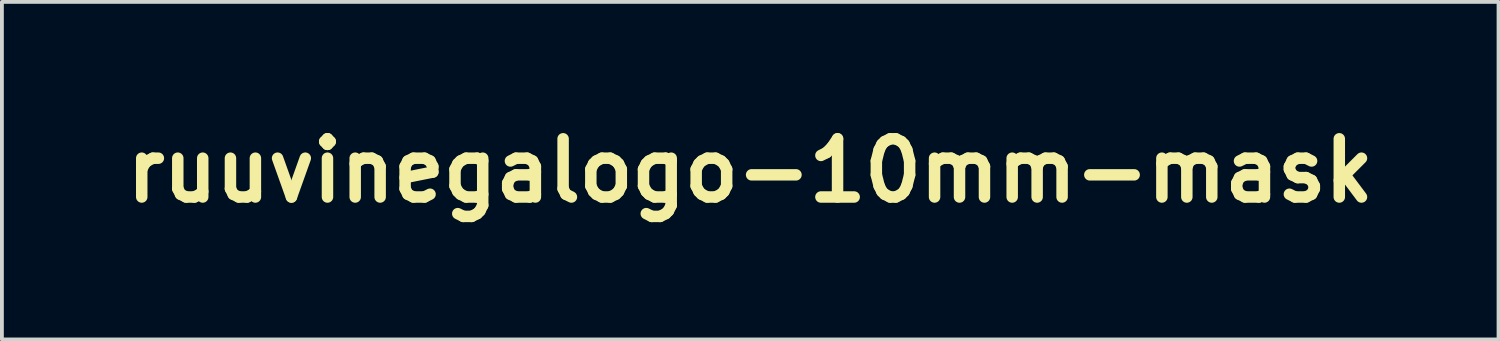
<source format=kicad_pcb>
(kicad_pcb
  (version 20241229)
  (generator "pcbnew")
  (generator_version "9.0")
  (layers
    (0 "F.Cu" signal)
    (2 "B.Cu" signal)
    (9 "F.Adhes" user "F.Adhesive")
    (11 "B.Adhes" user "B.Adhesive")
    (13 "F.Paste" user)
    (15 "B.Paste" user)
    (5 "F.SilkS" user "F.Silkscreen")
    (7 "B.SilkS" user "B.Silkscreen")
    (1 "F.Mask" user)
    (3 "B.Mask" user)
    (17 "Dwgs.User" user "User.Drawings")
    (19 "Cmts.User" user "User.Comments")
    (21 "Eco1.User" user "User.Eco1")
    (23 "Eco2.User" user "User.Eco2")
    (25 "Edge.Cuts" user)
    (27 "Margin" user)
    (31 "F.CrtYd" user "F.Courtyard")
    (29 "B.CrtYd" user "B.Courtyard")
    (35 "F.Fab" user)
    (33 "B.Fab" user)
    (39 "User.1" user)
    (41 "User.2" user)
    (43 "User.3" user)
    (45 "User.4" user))
  (footprint "ruuvinegalogo-10mm-mask"
    (layer "F.Cu")
    (at 16.59 1.418)
    (property "Reference" "ruuvinegalogo-10mm-mask" (at 0 0 0) (layer "F.SilkS") (effects (font (size 1.524 1.524) (thickness 0.3))))
    (attr through_hole)
    (fp_poly (pts (xy 2.32 -1.025) (xy 2.373 -1.017) (xy 2.424 -1) (xy 2.472 -0.975) (xy 2.514 -0.942) (xy 2.533 -0.923) (xy 2.56 -0.886) (xy 2.582 -0.843) (xy 2.599 -0.796) (xy 2.609 -0.75) (xy 2.611 -0.716) (xy 2.606 -0.664) (xy 2.592 -0.614) (xy 2.569 -0.567) (xy 2.539 -0.524) (xy 2.503 -0.486) (xy 2.461 -0.455) (xy 2.414 -0.431) (xy 2.379 -0.42) (xy 2.351 -0.415) (xy 2.318 -0.412) (xy 2.283 -0.412) (xy 2.25 -0.415) (xy 2.225 -0.42) (xy 2.173 -0.439) (xy 2.125 -0.466) (xy 2.084 -0.502) (xy 2.049 -0.544) (xy 2.022 -0.592) (xy 2.007 -0.631) (xy 1.998 -0.67) (xy 1.995 -0.712) (xy 1.995 -0.724) (xy 2.001 -0.778) (xy 2.015 -0.83) (xy 2.039 -0.878) (xy 2.07 -0.921) (xy 2.11 -0.958) (xy 2.156 -0.988) (xy 2.175 -0.998) (xy 2.219 -1.015) (xy 2.263 -1.024) (xy 2.31 -1.025) (xy 2.32 -1.025)) (stroke (width 0.01) (type solid)) (fill yes) (layer "F.Mask"))
    (fp_poly (pts (xy 2.335 -0.202) (xy 2.381 -0.195) (xy 2.428 -0.182) (xy 2.466 -0.163) (xy 2.496 -0.138) (xy 2.52 -0.105) (xy 2.537 -0.065) (xy 2.543 -0.045) (xy 2.545 -0.036) (xy 2.546 -0.025) (xy 2.548 -0.011) (xy 2.549 0.007) (xy 2.55 0.03) (xy 2.551 0.059) (xy 2.551 0.095) (xy 2.552 0.137) (xy 2.553 0.188) (xy 2.553 0.248) (xy 2.553 0.272) (xy 2.554 0.331) (xy 2.554 0.391) (xy 2.554 0.452) (xy 2.554 0.511) (xy 2.554 0.567) (xy 2.553 0.618) (xy 2.552 0.662) (xy 2.551 0.698) (xy 2.551 0.704) (xy 2.55 0.747) (xy 2.549 0.782) (xy 2.547 0.809) (xy 2.546 0.83) (xy 2.544 0.846) (xy 2.542 0.858) (xy 2.54 0.868) (xy 2.536 0.877) (xy 2.536 0.879) (xy 2.514 0.922) (xy 2.484 0.959) (xy 2.448 0.988) (xy 2.406 1.009) (xy 2.404 1.01) (xy 2.375 1.017) (xy 2.341 1.023) (xy 2.304 1.025) (xy 2.269 1.024) (xy 2.239 1.02) (xy 2.231 1.018) (xy 2.189 1.003) (xy 2.151 0.981) (xy 2.12 0.954) (xy 2.096 0.924) (xy 2.09 0.913) (xy 2.085 0.904) (xy 2.081 0.895) (xy 2.077 0.886) (xy 2.074 0.876) (xy 2.071 0.864) (xy 2.069 0.851) (xy 2.067 0.834) (xy 2.066 0.814) (xy 2.065 0.789) (xy 2.064 0.759) (xy 2.063 0.724) (xy 2.063 0.682) (xy 2.063 0.632) (xy 2.063 0.575) (xy 2.063 0.508) (xy 2.063 0.435) (xy 2.063 0.371) (xy 2.063 0.309) (xy 2.063 0.25) (xy 2.063 0.196) (xy 2.064 0.146) (xy 2.064 0.101) (xy 2.065 0.063) (xy 2.066 0.033) (xy 2.067 0.01) (xy 2.067 -0.003) (xy 2.067 -0.004) (xy 2.077 -0.05) (xy 2.096 -0.092) (xy 2.121 -0.127) (xy 2.153 -0.156) (xy 2.192 -0.179) (xy 2.235 -0.194) (xy 2.283 -0.202) (xy 2.335 -0.202)) (stroke (width 0.01) (type solid)) (fill yes) (layer "F.Mask"))
    (fp_poly (pts (xy -4.198 -1.013) (xy -4.185 -1.01) (xy -4.143 -0.997) (xy -4.104 -0.975) (xy -4.069 -0.946) (xy -4.04 -0.912) (xy -4.023 -0.883) (xy -4.007 -0.838) (xy -3.999 -0.792) (xy -3.999 -0.745) (xy -4.006 -0.699) (xy -4.021 -0.657) (xy -4.043 -0.619) (xy -4.062 -0.596) (xy -4.086 -0.576) (xy -4.114 -0.56) (xy -4.148 -0.546) (xy -4.189 -0.534) (xy -4.239 -0.525) (xy -4.265 -0.521) (xy -4.331 -0.507) (xy -4.391 -0.487) (xy -4.445 -0.459) (xy -4.492 -0.425) (xy -4.532 -0.384) (xy -4.539 -0.375) (xy -4.557 -0.349) (xy -4.571 -0.326) (xy -4.583 -0.302) (xy -4.593 -0.274) (xy -4.605 -0.241) (xy -4.608 0.297) (xy -4.608 0.384) (xy -4.609 0.461) (xy -4.609 0.529) (xy -4.61 0.589) (xy -4.61 0.641) (xy -4.611 0.685) (xy -4.611 0.723) (xy -4.612 0.755) (xy -4.612 0.781) (xy -4.613 0.803) (xy -4.614 0.82) (xy -4.615 0.833) (xy -4.616 0.843) (xy -4.617 0.851) (xy -4.618 0.856) (xy -4.619 0.859) (xy -4.64 0.907) (xy -4.667 0.947) (xy -4.7 0.979) (xy -4.74 1.002) (xy -4.784 1.018) (xy -4.789 1.019) (xy -4.822 1.024) (xy -4.858 1.025) (xy -4.894 1.024) (xy -4.924 1.02) (xy -4.931 1.018) (xy -4.973 1.003) (xy -5.011 0.981) (xy -5.032 0.964) (xy -5.051 0.943) (xy -5.068 0.915) (xy -5.083 0.884) (xy -5.093 0.854) (xy -5.095 0.847) (xy -5.096 0.838) (xy -5.097 0.822) (xy -5.098 0.799) (xy -5.098 0.767) (xy -5.099 0.728) (xy -5.099 0.68) (xy -5.099 0.624) (xy -5.099 0.558) (xy -5.1 0.483) (xy -5.099 0.399) (xy -5.099 0.305) (xy -5.099 0.269) (xy -5.098 -0.282) (xy -5.086 -0.337) (xy -5.071 -0.4) (xy -5.052 -0.459) (xy -5.028 -0.516) (xy -5.012 -0.551) (xy -4.969 -0.627) (xy -4.917 -0.698) (xy -4.858 -0.763) (xy -4.793 -0.823) (xy -4.722 -0.876) (xy -4.646 -0.921) (xy -4.567 -0.957) (xy -4.526 -0.972) (xy -4.479 -0.985) (xy -4.429 -0.997) (xy -4.378 -1.006) (xy -4.327 -1.012) (xy -4.279 -1.015) (xy -4.235 -1.016) (xy -4.198 -1.013)) (stroke (width 0.01) (type solid)) (fill yes) (layer "F.Mask"))
    (fp_poly (pts (xy -2.221 -1.006) (xy -2.174 -0.993) (xy -2.131 -0.971) (xy -2.095 -0.941) (xy -2.064 -0.903) (xy -2.052 -0.884) (xy -2.035 -0.851) (xy -2.035 0.302) (xy -2.046 0.355) (xy -2.069 0.439) (xy -2.099 0.52) (xy -2.136 0.597) (xy -2.179 0.667) (xy -2.188 0.681) (xy -2.215 0.716) (xy -2.249 0.754) (xy -2.286 0.792) (xy -2.325 0.828) (xy -2.362 0.86) (xy -2.383 0.875) (xy -2.415 0.896) (xy -2.453 0.919) (xy -2.495 0.941) (xy -2.536 0.961) (xy -2.576 0.978) (xy -2.603 0.988) (xy -2.665 1.005) (xy -2.733 1.018) (xy -2.805 1.026) (xy -2.877 1.03) (xy -2.946 1.029) (xy -2.969 1.028) (xy -3.063 1.015) (xy -3.153 0.993) (xy -3.238 0.962) (xy -3.318 0.922) (xy -3.394 0.873) (xy -3.465 0.815) (xy -3.499 0.782) (xy -3.562 0.711) (xy -3.615 0.637) (xy -3.659 0.558) (xy -3.694 0.476) (xy -3.72 0.389) (xy -3.737 0.298) (xy -3.739 0.278) (xy -3.74 0.265) (xy -3.74 0.244) (xy -3.741 0.214) (xy -3.742 0.177) (xy -3.742 0.133) (xy -3.743 0.083) (xy -3.743 0.029) (xy -3.743 -0.029) (xy -3.744 -0.09) (xy -3.744 -0.154) (xy -3.744 -0.219) (xy -3.744 -0.285) (xy -3.744 -0.351) (xy -3.744 -0.415) (xy -3.743 -0.478) (xy -3.743 -0.539) (xy -3.743 -0.596) (xy -3.742 -0.648) (xy -3.742 -0.696) (xy -3.741 -0.737) (xy -3.741 -0.772) (xy -3.74 -0.799) (xy -3.739 -0.818) (xy -3.739 -0.827) (xy -3.739 -0.827) (xy -3.726 -0.864) (xy -3.706 -0.901) (xy -3.68 -0.934) (xy -3.651 -0.961) (xy -3.628 -0.977) (xy -3.59 -0.993) (xy -3.545 -1.003) (xy -3.498 -1.006) (xy -3.451 -1.003) (xy -3.44 -1.001) (xy -3.398 -0.988) (xy -3.359 -0.966) (xy -3.324 -0.937) (xy -3.294 -0.903) (xy -3.272 -0.863) (xy -3.261 -0.833) (xy -3.26 -0.826) (xy -3.259 -0.814) (xy -3.258 -0.797) (xy -3.257 -0.773) (xy -3.256 -0.742) (xy -3.256 -0.705) (xy -3.255 -0.659) (xy -3.254 -0.607) (xy -3.254 -0.545) (xy -3.253 -0.475) (xy -3.252 -0.396) (xy -3.252 -0.307) (xy -3.251 -0.269) (xy -3.248 0.272) (xy -3.236 0.307) (xy -3.218 0.354) (xy -3.193 0.395) (xy -3.166 0.428) (xy -3.122 0.468) (xy -3.073 0.499) (xy -3.019 0.523) (xy -2.962 0.537) (xy -2.902 0.542) (xy -2.878 0.542) (xy -2.814 0.533) (xy -2.755 0.516) (xy -2.701 0.49) (xy -2.653 0.456) (xy -2.611 0.414) (xy -2.576 0.366) (xy -2.549 0.31) (xy -2.534 0.269) (xy -2.532 0.263) (xy -2.531 0.257) (xy -2.529 0.25) (xy -2.528 0.243) (xy -2.527 0.233) (xy -2.526 0.221) (xy -2.525 0.207) (xy -2.525 0.188) (xy -2.524 0.166) (xy -2.523 0.138) (xy -2.523 0.106) (xy -2.522 0.067) (xy -2.522 0.021) (xy -2.522 -0.031) (xy -2.521 -0.092) (xy -2.521 -0.161) (xy -2.52 -0.239) (xy -2.52 -0.303) (xy -2.517 -0.836) (xy -2.498 -0.876) (xy -2.471 -0.919) (xy -2.439 -0.954) (xy -2.4 -0.981) (xy -2.356 -0.999) (xy -2.307 -1.009) (xy -2.273 -1.011) (xy -2.221 -1.006)) (stroke (width 0.01) (type solid)) (fill yes) (layer "F.Mask"))
    (fp_poly (pts (xy 0.435 -1.016) (xy 0.469 -1.009) (xy 0.499 -0.999) (xy 0.513 -0.992) (xy 0.546 -0.967) (xy 0.576 -0.934) (xy 0.601 -0.895) (xy 0.605 -0.886) (xy 0.61 -0.874) (xy 0.619 -0.854) (xy 0.63 -0.826) (xy 0.645 -0.791) (xy 0.661 -0.751) (xy 0.679 -0.705) (xy 0.699 -0.656) (xy 0.72 -0.604) (xy 0.741 -0.549) (xy 0.748 -0.53) (xy 0.787 -0.433) (xy 0.822 -0.345) (xy 0.853 -0.265) (xy 0.881 -0.195) (xy 0.905 -0.134) (xy 0.927 -0.081) (xy 0.944 -0.036) (xy 0.959 0.001) (xy 0.971 0.029) (xy 0.98 0.05) (xy 0.985 0.063) (xy 0.988 0.069) (xy 0.989 0.07) (xy 0.991 0.065) (xy 0.996 0.051) (xy 1.005 0.03) (xy 1.016 0.001) (xy 1.03 -0.033) (xy 1.046 -0.074) (xy 1.064 -0.119) (xy 1.083 -0.168) (xy 1.104 -0.221) (xy 1.114 -0.247) (xy 1.154 -0.348) (xy 1.19 -0.44) (xy 1.223 -0.522) (xy 1.253 -0.596) (xy 1.279 -0.662) (xy 1.302 -0.719) (xy 1.321 -0.768) (xy 1.338 -0.809) (xy 1.351 -0.842) (xy 1.362 -0.868) (xy 1.37 -0.886) (xy 1.375 -0.897) (xy 1.398 -0.936) (xy 1.428 -0.967) (xy 1.465 -0.992) (xy 1.506 -1.009) (xy 1.55 -1.018) (xy 1.597 -1.019) (xy 1.646 -1.012) (xy 1.669 -1.005) (xy 1.71 -0.987) (xy 1.747 -0.961) (xy 1.779 -0.931) (xy 1.804 -0.895) (xy 1.823 -0.857) (xy 1.834 -0.818) (xy 1.836 -0.778) (xy 1.834 -0.758) (xy 1.833 -0.752) (xy 1.832 -0.747) (xy 1.831 -0.741) (xy 1.829 -0.735) (xy 1.827 -0.727) (xy 1.823 -0.717) (xy 1.819 -0.704) (xy 1.813 -0.688) (xy 1.805 -0.668) (xy 1.796 -0.644) (xy 1.784 -0.614) (xy 1.771 -0.578) (xy 1.754 -0.535) (xy 1.735 -0.486) (xy 1.712 -0.428) (xy 1.687 -0.363) (xy 1.67 -0.32) (xy 1.618 -0.186) (xy 1.568 -0.059) (xy 1.521 0.061) (xy 1.477 0.173) (xy 1.435 0.279) (xy 1.397 0.377) (xy 1.361 0.467) (xy 1.328 0.55) (xy 1.299 0.624) (xy 1.272 0.69) (xy 1.249 0.748) (xy 1.229 0.797) (xy 1.212 0.837) (xy 1.199 0.869) (xy 1.189 0.891) (xy 1.183 0.904) (xy 1.183 0.905) (xy 1.164 0.933) (xy 1.139 0.961) (xy 1.111 0.985) (xy 1.082 1.003) (xy 1.078 1.005) (xy 1.062 1.011) (xy 1.046 1.016) (xy 1.028 1.018) (xy 1.003 1.02) (xy 0.998 1.02) (xy 0.972 1.02) (xy 0.953 1.019) (xy 0.937 1.016) (xy 0.921 1.011) (xy 0.917 1.009) (xy 0.877 0.99) (xy 0.841 0.964) (xy 0.81 0.933) (xy 0.787 0.899) (xy 0.786 0.897) (xy 0.782 0.888) (xy 0.775 0.871) (xy 0.764 0.845) (xy 0.751 0.811) (xy 0.734 0.77) (xy 0.716 0.723) (xy 0.695 0.671) (xy 0.671 0.613) (xy 0.647 0.55) (xy 0.62 0.484) (xy 0.593 0.414) (xy 0.564 0.342) (xy 0.535 0.268) (xy 0.505 0.192) (xy 0.475 0.115) (xy 0.444 0.038) (xy 0.414 -0.038) (xy 0.384 -0.114) (xy 0.355 -0.188) (xy 0.327 -0.259) (xy 0.3 -0.328) (xy 0.275 -0.393) (xy 0.251 -0.455) (xy 0.229 -0.511) (xy 0.209 -0.562) (xy 0.192 -0.608) (xy 0.177 -0.646) (xy 0.165 -0.678) (xy 0.156 -0.702) (xy 0.15 -0.717) (xy 0.15 -0.719) (xy 0.139 -0.76) (xy 0.138 -0.799) (xy 0.146 -0.839) (xy 0.147 -0.844) (xy 0.166 -0.888) (xy 0.193 -0.927) (xy 0.227 -0.961) (xy 0.267 -0.988) (xy 0.312 -1.007) (xy 0.36 -1.018) (xy 0.37 -1.019) (xy 0.401 -1.02) (xy 0.435 -1.016)) (stroke (width 0.01) (type solid)) (fill yes) (layer "F.Mask"))
    (fp_poly (pts (xy -0.273 -1.011) (xy -0.227 -1) (xy -0.185 -0.981) (xy -0.147 -0.954) (xy -0.115 -0.92) (xy -0.094 -0.886) (xy -0.079 -0.856) (xy -0.079 0.307) (xy -0.093 0.366) (xy -0.121 0.458) (xy -0.155 0.543) (xy -0.196 0.621) (xy -0.245 0.694) (xy -0.302 0.761) (xy -0.367 0.823) (xy -0.402 0.852) (xy -0.474 0.902) (xy -0.551 0.944) (xy -0.634 0.978) (xy -0.722 1.004) (xy -0.77 1.014) (xy -0.788 1.016) (xy -0.814 1.019) (xy -0.846 1.021) (xy -0.88 1.022) (xy -0.915 1.024) (xy -0.949 1.025) (xy -0.98 1.025) (xy -1.005 1.024) (xy -1.022 1.023) (xy -1.024 1.023) (xy -1.06 1.018) (xy -1.089 1.014) (xy -1.114 1.009) (xy -1.136 1.005) (xy -1.159 0.999) (xy -1.166 0.997) (xy -1.25 0.971) (xy -1.33 0.935) (xy -1.406 0.891) (xy -1.476 0.839) (xy -1.541 0.781) (xy -1.6 0.716) (xy -1.652 0.645) (xy -1.696 0.569) (xy -1.732 0.49) (xy -1.759 0.406) (xy -1.768 0.369) (xy -1.771 0.354) (xy -1.774 0.338) (xy -1.777 0.322) (xy -1.779 0.304) (xy -1.781 0.285) (xy -1.782 0.263) (xy -1.784 0.238) (xy -1.785 0.209) (xy -1.786 0.176) (xy -1.786 0.138) (xy -1.787 0.093) (xy -1.787 0.043) (xy -1.788 -0.014) (xy -1.788 -0.079) (xy -1.788 -0.153) (xy -1.787 -0.235) (xy -1.787 -0.315) (xy -1.786 -0.836) (xy -1.764 -0.88) (xy -1.738 -0.922) (xy -1.706 -0.957) (xy -1.668 -0.983) (xy -1.625 -1.001) (xy -1.578 -1.01) (xy -1.527 -1.01) (xy -1.483 -1.004) (xy -1.436 -0.989) (xy -1.395 -0.966) (xy -1.36 -0.935) (xy -1.332 -0.897) (xy -1.312 -0.853) (xy -1.31 -0.847) (xy -1.308 -0.842) (xy -1.307 -0.836) (xy -1.305 -0.829) (xy -1.304 -0.821) (xy -1.303 -0.81) (xy -1.302 -0.797) (xy -1.302 -0.78) (xy -1.301 -0.759) (xy -1.3 -0.733) (xy -1.3 -0.703) (xy -1.299 -0.666) (xy -1.299 -0.623) (xy -1.298 -0.573) (xy -1.298 -0.515) (xy -1.297 -0.449) (xy -1.297 -0.375) (xy -1.296 -0.29) (xy -1.296 -0.272) (xy -1.295 -0.186) (xy -1.295 -0.109) (xy -1.294 -0.042) (xy -1.294 0.018) (xy -1.293 0.069) (xy -1.293 0.113) (xy -1.292 0.151) (xy -1.292 0.183) (xy -1.291 0.209) (xy -1.29 0.231) (xy -1.29 0.249) (xy -1.289 0.263) (xy -1.288 0.274) (xy -1.287 0.283) (xy -1.286 0.29) (xy -1.284 0.295) (xy -1.283 0.301) (xy -1.281 0.305) (xy -1.259 0.356) (xy -1.228 0.403) (xy -1.189 0.445) (xy -1.144 0.48) (xy -1.092 0.508) (xy -1.059 0.521) (xy -1.042 0.527) (xy -1.026 0.531) (xy -1.011 0.534) (xy -0.992 0.535) (xy -0.968 0.536) (xy -0.947 0.536) (xy -0.907 0.535) (xy -0.874 0.532) (xy -0.845 0.527) (xy -0.816 0.518) (xy -0.786 0.505) (xy -0.77 0.498) (xy -0.726 0.472) (xy -0.684 0.437) (xy -0.647 0.396) (xy -0.616 0.35) (xy -0.599 0.318) (xy -0.594 0.307) (xy -0.59 0.297) (xy -0.586 0.288) (xy -0.583 0.279) (xy -0.58 0.268) (xy -0.577 0.257) (xy -0.575 0.243) (xy -0.573 0.226) (xy -0.571 0.207) (xy -0.57 0.183) (xy -0.569 0.155) (xy -0.568 0.121) (xy -0.567 0.082) (xy -0.567 0.036) (xy -0.566 -0.016) (xy -0.566 -0.077) (xy -0.565 -0.145) (xy -0.565 -0.223) (xy -0.564 -0.31) (xy -0.564 -0.31) (xy -0.561 -0.841) (xy -0.543 -0.879) (xy -0.516 -0.922) (xy -0.483 -0.957) (xy -0.445 -0.984) (xy -0.401 -1.002) (xy -0.352 -1.012) (xy -0.299 -1.014) (xy -0.273 -1.011)) (stroke (width 0.01) (type solid)) (fill yes) (layer "F.Mask"))
    (fp_poly (pts (xy 4.148 -1.018) (xy 4.246 -1.008) (xy 4.342 -0.987) (xy 4.436 -0.958) (xy 4.527 -0.92) (xy 4.614 -0.873) (xy 4.696 -0.817) (xy 4.727 -0.792) (xy 4.751 -0.772) (xy 4.778 -0.746) (xy 4.807 -0.718) (xy 4.836 -0.688) (xy 4.861 -0.661) (xy 4.881 -0.637) (xy 4.885 -0.632) (xy 4.944 -0.549) (xy 4.993 -0.461) (xy 5.034 -0.37) (xy 5.066 -0.276) (xy 5.088 -0.179) (xy 5.102 -0.081) (xy 5.105 0.018) (xy 5.099 0.117) (xy 5.084 0.215) (xy 5.059 0.313) (xy 5.051 0.335) (xy 5.015 0.428) (xy 4.97 0.515) (xy 4.916 0.598) (xy 4.853 0.677) (xy 4.816 0.718) (xy 4.741 0.788) (xy 4.661 0.85) (xy 4.576 0.904) (xy 4.486 0.948) (xy 4.392 0.983) (xy 4.294 1.009) (xy 4.193 1.025) (xy 4.19 1.026) (xy 4.156 1.029) (xy 4.115 1.03) (xy 4.071 1.03) (xy 4.028 1.03) (xy 3.989 1.028) (xy 3.967 1.026) (xy 3.869 1.01) (xy 3.773 0.984) (xy 3.679 0.949) (xy 3.59 0.905) (xy 3.504 0.853) (xy 3.424 0.792) (xy 3.358 0.732) (xy 3.289 0.656) (xy 3.228 0.574) (xy 3.176 0.488) (xy 3.134 0.397) (xy 3.1 0.302) (xy 3.075 0.203) (xy 3.066 0.147) (xy 3.061 0.104) (xy 3.059 0.054) (xy 3.058 0.032) (xy 3.641 0.032) (xy 3.644 0.078) (xy 3.654 0.154) (xy 3.674 0.228) (xy 3.703 0.299) (xy 3.74 0.367) (xy 3.785 0.431) (xy 3.837 0.489) (xy 3.896 0.541) (xy 3.906 0.548) (xy 3.972 0.591) (xy 4.044 0.626) (xy 4.122 0.652) (xy 4.205 0.67) (xy 4.219 0.673) (xy 4.236 0.674) (xy 4.26 0.674) (xy 4.29 0.674) (xy 4.322 0.672) (xy 4.354 0.67) (xy 4.383 0.668) (xy 4.408 0.665) (xy 4.419 0.663) (xy 4.494 0.643) (xy 4.567 0.614) (xy 4.636 0.577) (xy 4.7 0.532) (xy 4.758 0.479) (xy 4.792 0.441) (xy 4.837 0.381) (xy 4.873 0.319) (xy 4.903 0.252) (xy 4.926 0.179) (xy 4.926 0.179) (xy 4.931 0.161) (xy 4.934 0.146) (xy 4.937 0.13) (xy 4.938 0.112) (xy 4.939 0.09) (xy 4.94 0.063) (xy 4.94 0.027) (xy 4.94 0.025) (xy 4.94 -0.012) (xy 4.94 -0.041) (xy 4.939 -0.063) (xy 4.937 -0.082) (xy 4.935 -0.098) (xy 4.931 -0.113) (xy 4.929 -0.122) (xy 4.906 -0.199) (xy 4.877 -0.268) (xy 4.84 -0.332) (xy 4.797 -0.391) (xy 4.747 -0.445) (xy 4.687 -0.497) (xy 4.621 -0.541) (xy 4.549 -0.577) (xy 4.471 -0.605) (xy 4.45 -0.611) (xy 4.428 -0.617) (xy 4.41 -0.621) (xy 4.392 -0.624) (xy 4.373 -0.625) (xy 4.351 -0.626) (xy 4.322 -0.627) (xy 4.3 -0.627) (xy 4.27 -0.627) (xy 4.242 -0.626) (xy 4.219 -0.626) (xy 4.203 -0.625) (xy 4.195 -0.624) (xy 4.181 -0.62) (xy 4.196 -0.587) (xy 4.211 -0.551) (xy 4.222 -0.519) (xy 4.229 -0.486) (xy 4.233 -0.451) (xy 4.234 -0.409) (xy 4.234 -0.399) (xy 4.233 -0.355) (xy 4.23 -0.319) (xy 4.224 -0.286) (xy 4.214 -0.253) (xy 4.2 -0.219) (xy 4.196 -0.211) (xy 4.165 -0.153) (xy 4.126 -0.101) (xy 4.08 -0.056) (xy 4.029 -0.018) (xy 3.973 0.012) (xy 3.914 0.035) (xy 3.852 0.049) (xy 3.788 0.054) (xy 3.723 0.05) (xy 3.677 0.041) (xy 3.641 0.032) (xy 3.058 0.032) (xy 3.058 0.001) (xy 3.059 -0.052) (xy 3.062 -0.101) (xy 3.066 -0.137) (xy 3.085 -0.236) (xy 3.113 -0.331) (xy 3.15 -0.423) (xy 3.195 -0.51) (xy 3.248 -0.593) (xy 3.309 -0.669) (xy 3.377 -0.74) (xy 3.451 -0.804) (xy 3.531 -0.861) (xy 3.617 -0.91) (xy 3.708 -0.95) (xy 3.755 -0.967) (xy 3.852 -0.994) (xy 3.951 -1.012) (xy 4.05 -1.02) (xy 4.148 -1.018)) (stroke (width 0.01) (type solid)) (fill yes) (layer "F.Mask")))
  (gr_rect
    (start -3 -3)
    (end 36.18 5.836)
    (stroke (width 0.1) (type default))
    (fill no)
    (layer "Edge.Cuts")))
</source>
